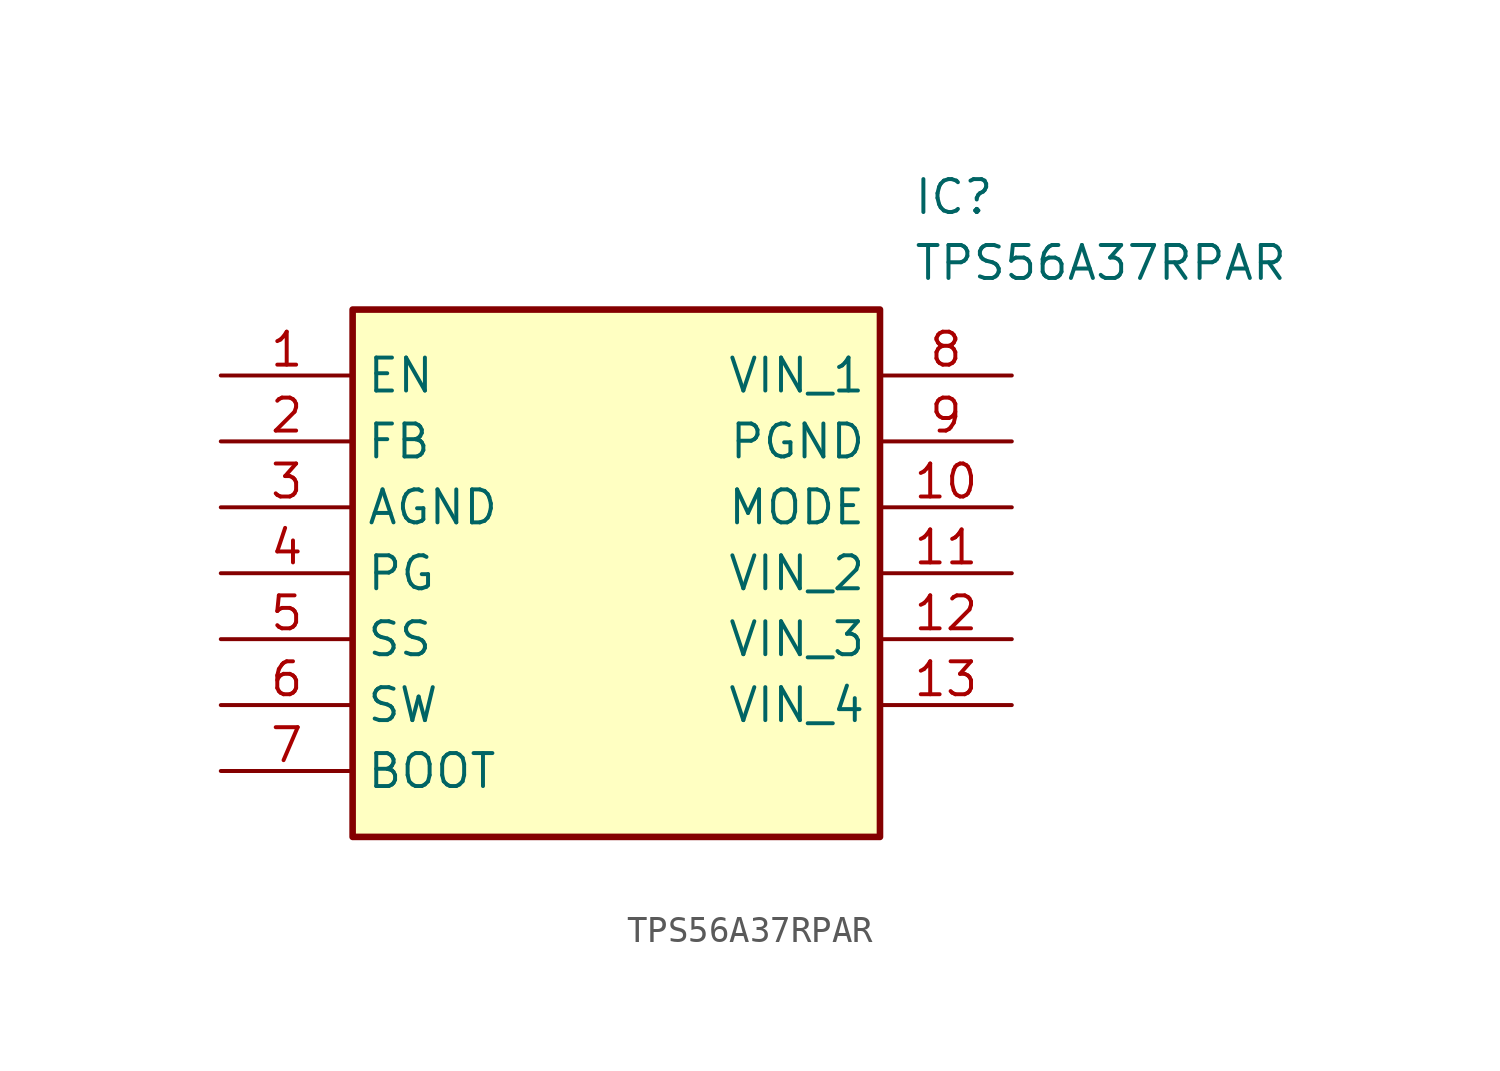
<source format=kicad_sym>
(kicad_symbol_lib
  (version 20211014)
  (generator SamacSys_ECAD_Model)
  (symbol "TPS56A37RPAR"
    (property "Reference" "IC"
      (at 26.67 7.62 0)
      (effects (font (size 1.27 1.27)) (justify left top)))
    (property "Value" "TPS56A37RPAR"
      (at 26.67 5.08 0)
      (effects (font (size 1.27 1.27)) (justify left top)))
    (rectangle
      (start 5.08 2.54)
      (end 25.4 -17.78)
      (stroke (width 0.254) (type default))
      (fill (type background)))
    (pin passive line
      (at 0 0 0)
      (length 5.08)
      (name "EN" (effects (font (size 1.27 1.27))))
      (number "1" (effects (font (size 1.27 1.27)))))
    (pin passive line
      (at 0 -2.54 0)
      (length 5.08)
      (name "FB" (effects (font (size 1.27 1.27))))
      (number "2" (effects (font (size 1.27 1.27)))))
    (pin passive line
      (at 0 -5.08 0)
      (length 5.08)
      (name "AGND" (effects (font (size 1.27 1.27))))
      (number "3" (effects (font (size 1.27 1.27)))))
    (pin passive line
      (at 0 -7.62 0)
      (length 5.08)
      (name "PG" (effects (font (size 1.27 1.27))))
      (number "4" (effects (font (size 1.27 1.27)))))
    (pin passive line
      (at 0 -10.16 0)
      (length 5.08)
      (name "SS" (effects (font (size 1.27 1.27))))
      (number "5" (effects (font (size 1.27 1.27)))))
    (pin passive line
      (at 0 -12.7 0)
      (length 5.08)
      (name "SW" (effects (font (size 1.27 1.27))))
      (number "6" (effects (font (size 1.27 1.27)))))
    (pin passive line
      (at 0 -15.24 0)
      (length 5.08)
      (name "BOOT" (effects (font (size 1.27 1.27))))
      (number "7" (effects (font (size 1.27 1.27)))))
    (pin passive line
      (at 30.48 0 180)
      (length 5.08)
      (name "VIN_1" (effects (font (size 1.27 1.27))))
      (number "8" (effects (font (size 1.27 1.27)))))
    (pin passive line
      (at 30.48 -2.54 180)
      (length 5.08)
      (name "PGND" (effects (font (size 1.27 1.27))))
      (number "9" (effects (font (size 1.27 1.27)))))
    (pin passive line
      (at 30.48 -5.08 180)
      (length 5.08)
      (name "MODE" (effects (font (size 1.27 1.27))))
      (number "10" (effects (font (size 1.27 1.27)))))
    (pin passive line
      (at 30.48 -7.62 180)
      (length 5.08)
      (name "VIN_2" (effects (font (size 1.27 1.27))))
      (number "11" (effects (font (size 1.27 1.27)))))
    (pin passive line
      (at 30.48 -10.16 180)
      (length 5.08)
      (name "VIN_3" (effects (font (size 1.27 1.27))))
      (number "12" (effects (font (size 1.27 1.27)))))
    (pin passive line
      (at 30.48 -12.7 180)
      (length 5.08)
      (name "VIN_4" (effects (font (size 1.27 1.27))))
      (number "13" (effects (font (size 1.27 1.27)))))))
</source>
